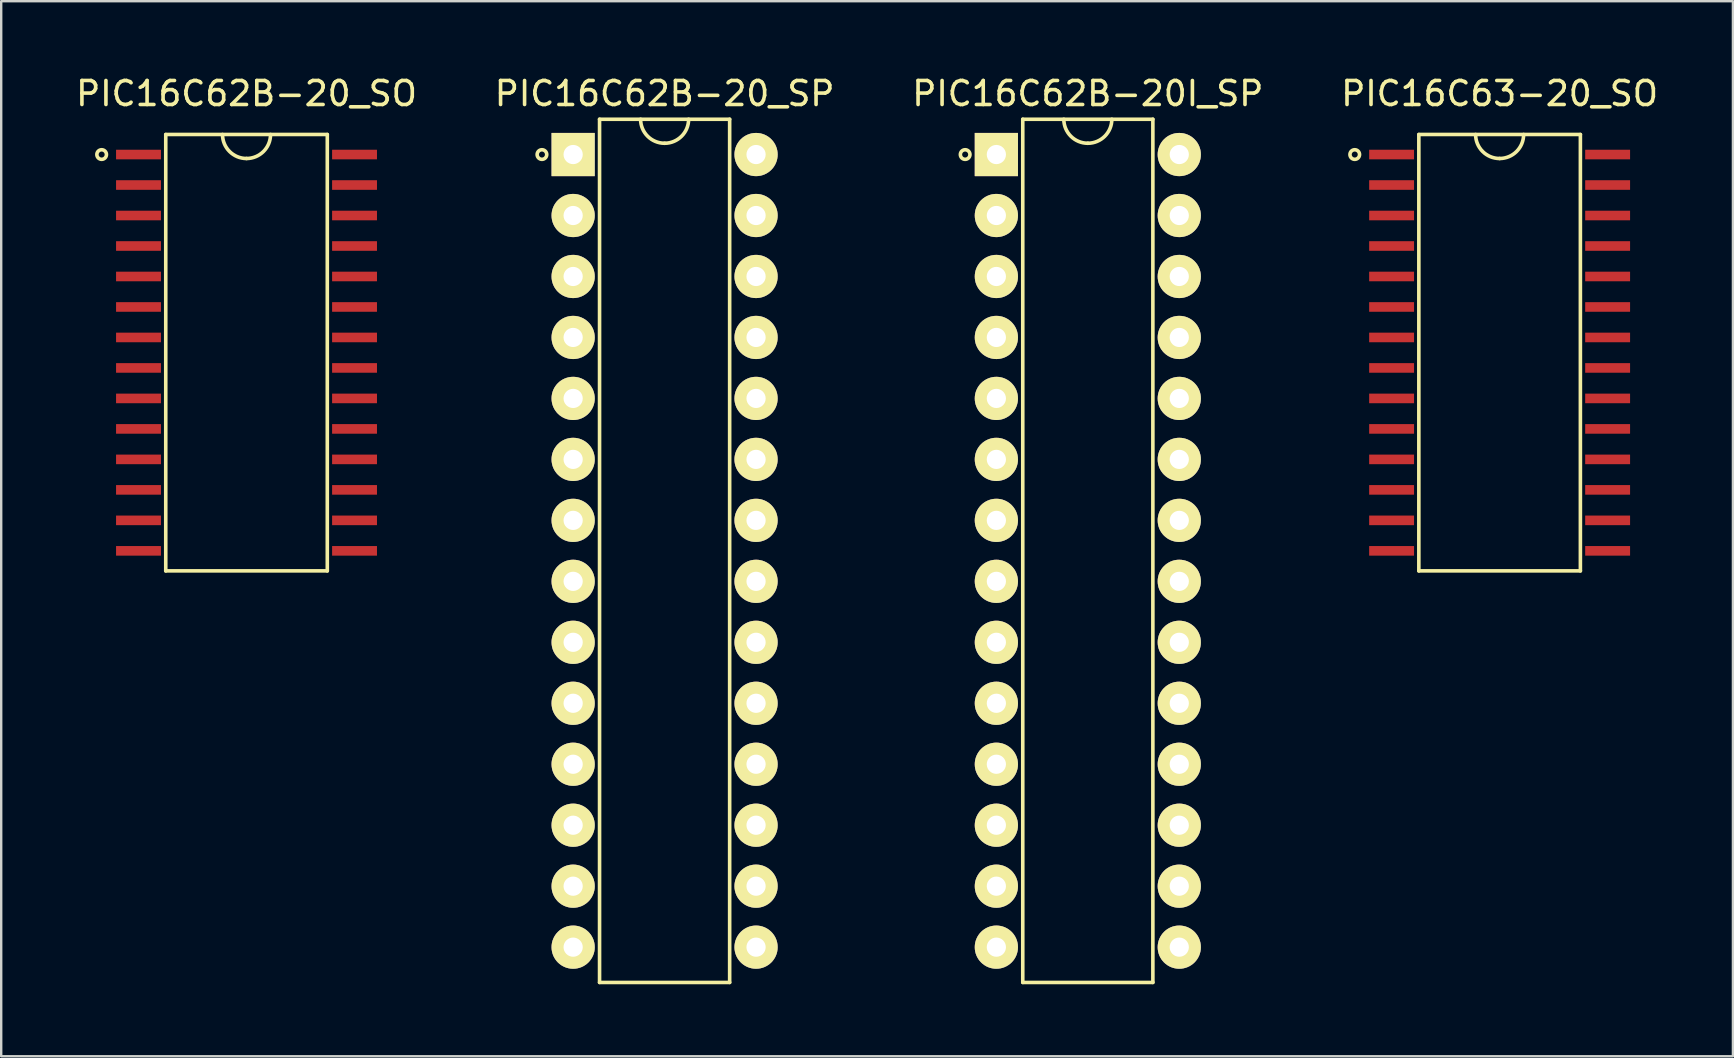
<source format=kicad_pcb>
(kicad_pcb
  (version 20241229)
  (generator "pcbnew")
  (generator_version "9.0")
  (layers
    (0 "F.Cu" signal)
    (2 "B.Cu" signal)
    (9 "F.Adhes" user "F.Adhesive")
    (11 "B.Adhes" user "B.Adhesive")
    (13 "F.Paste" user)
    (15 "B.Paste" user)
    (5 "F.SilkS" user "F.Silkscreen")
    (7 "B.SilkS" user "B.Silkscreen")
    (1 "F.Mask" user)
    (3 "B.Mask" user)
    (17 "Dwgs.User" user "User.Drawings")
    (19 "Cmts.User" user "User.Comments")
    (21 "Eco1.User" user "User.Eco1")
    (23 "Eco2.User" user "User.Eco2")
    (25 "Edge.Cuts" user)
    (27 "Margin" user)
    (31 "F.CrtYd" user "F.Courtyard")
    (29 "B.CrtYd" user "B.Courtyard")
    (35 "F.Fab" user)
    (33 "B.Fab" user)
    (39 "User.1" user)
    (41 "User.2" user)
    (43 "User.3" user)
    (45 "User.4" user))
  (footprint "PIC16C63-20_SO"
    (layer "F.Cu")
    (at 54.923 3.388)
    (property "Reference" "PIC16C63-20_SO" (at 4.5 -2.54 0) (layer "F.SilkS") (effects (font (size 1 1) (thickness 0.15))))
    (attr through_hole)
    (fp_line (start 1.135 -0.835) (end 7.865 -0.835) (stroke (width 0.15) (type solid)) (layer "F.SilkS"))
    (fp_line (start 1.135 17.345) (end 1.135 -0.835) (stroke (width 0.15) (type solid)) (layer "F.SilkS"))
    (fp_line (start 7.865 -0.835) (end 7.865 17.345) (stroke (width 0.15) (type solid)) (layer "F.SilkS"))
    (fp_line (start 7.865 17.345) (end 1.135 17.345) (stroke (width 0.15) (type solid)) (layer "F.SilkS"))
    (fp_arc (start 4.5 0.165) (mid 3.792893 -0.127893) (end 3.5 -0.835) (stroke (width 0.15) (type solid)) (layer "F.SilkS"))
    (fp_arc (start 5.5 -0.835) (mid 5.207107 -0.127893) (end 4.5 0.165) (stroke (width 0.15) (type solid)) (layer "F.SilkS"))
    (fp_circle (center -1.535 0) (end -1.535 0.2) (stroke (width 0.15) (type solid)) (fill no) (layer "F.SilkS"))
    (pad "1" smd rect (at 0 0) (size 1.87 0.4) (layers "F.Cu" "F.Mask" "F.Paste"))
    (pad "2" smd rect (at 0 1.27) (size 1.87 0.4) (layers "F.Cu" "F.Mask" "F.Paste"))
    (pad "3" smd rect (at 0 2.54) (size 1.87 0.4) (layers "F.Cu" "F.Mask" "F.Paste"))
    (pad "4" smd rect (at 0 3.81) (size 1.87 0.4) (layers "F.Cu" "F.Mask" "F.Paste"))
    (pad "5" smd rect (at 0 5.08) (size 1.87 0.4) (layers "F.Cu" "F.Mask" "F.Paste"))
    (pad "6" smd rect (at 0 6.35) (size 1.87 0.4) (layers "F.Cu" "F.Mask" "F.Paste"))
    (pad "7" smd rect (at 0 7.62) (size 1.87 0.4) (layers "F.Cu" "F.Mask" "F.Paste"))
    (pad "8" smd rect (at 0 8.89) (size 1.87 0.4) (layers "F.Cu" "F.Mask" "F.Paste"))
    (pad "9" smd rect (at 0 10.16) (size 1.87 0.4) (layers "F.Cu" "F.Mask" "F.Paste"))
    (pad "10" smd rect (at 0 11.43) (size 1.87 0.4) (layers "F.Cu" "F.Mask" "F.Paste"))
    (pad "11" smd rect (at 0 12.7) (size 1.87 0.4) (layers "F.Cu" "F.Mask" "F.Paste"))
    (pad "12" smd rect (at 0 13.97) (size 1.87 0.4) (layers "F.Cu" "F.Mask" "F.Paste"))
    (pad "13" smd rect (at 0 15.24) (size 1.87 0.4) (layers "F.Cu" "F.Mask" "F.Paste"))
    (pad "14" smd rect (at 0 16.51) (size 1.87 0.4) (layers "F.Cu" "F.Mask" "F.Paste"))
    (pad "15" smd rect (at 9 16.51) (size 1.87 0.4) (layers "F.Cu" "F.Mask" "F.Paste"))
    (pad "16" smd rect (at 9 15.24) (size 1.87 0.4) (layers "F.Cu" "F.Mask" "F.Paste"))
    (pad "17" smd rect (at 9 13.97) (size 1.87 0.4) (layers "F.Cu" "F.Mask" "F.Paste"))
    (pad "18" smd rect (at 9 12.7) (size 1.87 0.4) (layers "F.Cu" "F.Mask" "F.Paste"))
    (pad "19" smd rect (at 9 11.43) (size 1.87 0.4) (layers "F.Cu" "F.Mask" "F.Paste"))
    (pad "20" smd rect (at 9 10.16) (size 1.87 0.4) (layers "F.Cu" "F.Mask" "F.Paste"))
    (pad "21" smd rect (at 9 8.89) (size 1.87 0.4) (layers "F.Cu" "F.Mask" "F.Paste"))
    (pad "22" smd rect (at 9 7.62) (size 1.87 0.4) (layers "F.Cu" "F.Mask" "F.Paste"))
    (pad "23" smd rect (at 9 6.35) (size 1.87 0.4) (layers "F.Cu" "F.Mask" "F.Paste"))
    (pad "24" smd rect (at 9 5.08) (size 1.87 0.4) (layers "F.Cu" "F.Mask" "F.Paste"))
    (pad "25" smd rect (at 9 3.81) (size 1.87 0.4) (layers "F.Cu" "F.Mask" "F.Paste"))
    (pad "26" smd rect (at 9 2.54) (size 1.87 0.4) (layers "F.Cu" "F.Mask" "F.Paste"))
    (pad "27" smd rect (at 9 1.27) (size 1.87 0.4) (layers "F.Cu" "F.Mask" "F.Paste"))
    (pad "28" smd rect (at 9 0) (size 1.87 0.4) (layers "F.Cu" "F.Mask" "F.Paste")))
  (footprint "PIC16C62B-20I_SP"
    (layer "F.Cu")
    (at 38.458 3.388)
    (property "Reference" "PIC16C62B-20I_SP" (at 3.81 -2.54 0) (layer "F.SilkS") (effects (font (size 1 1) (thickness 0.15))))
    (attr through_hole)
    (fp_line (start 1.1 -1.47) (end 6.52 -1.47) (stroke (width 0.15) (type solid)) (layer "F.SilkS"))
    (fp_line (start 1.1 34.49) (end 1.1 -1.47) (stroke (width 0.15) (type solid)) (layer "F.SilkS"))
    (fp_line (start 6.52 -1.47) (end 6.52 34.49) (stroke (width 0.15) (type solid)) (layer "F.SilkS"))
    (fp_line (start 6.52 34.49) (end 1.1 34.49) (stroke (width 0.15) (type solid)) (layer "F.SilkS"))
    (fp_arc (start 3.81 -0.47) (mid 3.102893 -0.762893) (end 2.81 -1.47) (stroke (width 0.15) (type solid)) (layer "F.SilkS"))
    (fp_arc (start 4.81 -1.47) (mid 4.517107 -0.762893) (end 3.81 -0.47) (stroke (width 0.15) (type solid)) (layer "F.SilkS"))
    (fp_circle (center -1.3 0) (end -1.3 0.2) (stroke (width 0.15) (type solid)) (fill no) (layer "F.SilkS"))
    (pad "1" thru_hole rect (at 0 0) (size 1.8 1.8) (drill 0.8) (layers "*.Cu" "*.Mask" "F.SilkS"))
    (pad "2" thru_hole circle (at 0 2.54) (size 1.8 1.8) (drill 0.8) (layers "*.Cu" "*.Mask" "F.SilkS"))
    (pad "3" thru_hole circle (at 0 5.08) (size 1.8 1.8) (drill 0.8) (layers "*.Cu" "*.Mask" "F.SilkS"))
    (pad "4" thru_hole circle (at 0 7.62) (size 1.8 1.8) (drill 0.8) (layers "*.Cu" "*.Mask" "F.SilkS"))
    (pad "5" thru_hole circle (at 0 10.16) (size 1.8 1.8) (drill 0.8) (layers "*.Cu" "*.Mask" "F.SilkS"))
    (pad "6" thru_hole circle (at 0 12.7) (size 1.8 1.8) (drill 0.8) (layers "*.Cu" "*.Mask" "F.SilkS"))
    (pad "7" thru_hole circle (at 0 15.24) (size 1.8 1.8) (drill 0.8) (layers "*.Cu" "*.Mask" "F.SilkS"))
    (pad "8" thru_hole circle (at 0 17.78) (size 1.8 1.8) (drill 0.8) (layers "*.Cu" "*.Mask" "F.SilkS"))
    (pad "9" thru_hole circle (at 0 20.32) (size 1.8 1.8) (drill 0.8) (layers "*.Cu" "*.Mask" "F.SilkS"))
    (pad "10" thru_hole circle (at 0 22.86) (size 1.8 1.8) (drill 0.8) (layers "*.Cu" "*.Mask" "F.SilkS"))
    (pad "11" thru_hole circle (at 0 25.4) (size 1.8 1.8) (drill 0.8) (layers "*.Cu" "*.Mask" "F.SilkS"))
    (pad "12" thru_hole circle (at 0 27.94) (size 1.8 1.8) (drill 0.8) (layers "*.Cu" "*.Mask" "F.SilkS"))
    (pad "13" thru_hole circle (at 0 30.48) (size 1.8 1.8) (drill 0.8) (layers "*.Cu" "*.Mask" "F.SilkS"))
    (pad "14" thru_hole circle (at 0 33.02) (size 1.8 1.8) (drill 0.8) (layers "*.Cu" "*.Mask" "F.SilkS"))
    (pad "15" thru_hole circle (at 7.62 33.02) (size 1.8 1.8) (drill 0.8) (layers "*.Cu" "*.Mask" "F.SilkS"))
    (pad "16" thru_hole circle (at 7.62 30.48) (size 1.8 1.8) (drill 0.8) (layers "*.Cu" "*.Mask" "F.SilkS"))
    (pad "17" thru_hole circle (at 7.62 27.94) (size 1.8 1.8) (drill 0.8) (layers "*.Cu" "*.Mask" "F.SilkS"))
    (pad "18" thru_hole circle (at 7.62 25.4) (size 1.8 1.8) (drill 0.8) (layers "*.Cu" "*.Mask" "F.SilkS"))
    (pad "19" thru_hole circle (at 7.62 22.86) (size 1.8 1.8) (drill 0.8) (layers "*.Cu" "*.Mask" "F.SilkS"))
    (pad "20" thru_hole circle (at 7.62 20.32) (size 1.8 1.8) (drill 0.8) (layers "*.Cu" "*.Mask" "F.SilkS"))
    (pad "21" thru_hole circle (at 7.62 17.78) (size 1.8 1.8) (drill 0.8) (layers "*.Cu" "*.Mask" "F.SilkS"))
    (pad "22" thru_hole circle (at 7.62 15.24) (size 1.8 1.8) (drill 0.8) (layers "*.Cu" "*.Mask" "F.SilkS"))
    (pad "23" thru_hole circle (at 7.62 12.7) (size 1.8 1.8) (drill 0.8) (layers "*.Cu" "*.Mask" "F.SilkS"))
    (pad "24" thru_hole circle (at 7.62 10.16) (size 1.8 1.8) (drill 0.8) (layers "*.Cu" "*.Mask" "F.SilkS"))
    (pad "25" thru_hole circle (at 7.62 7.62) (size 1.8 1.8) (drill 0.8) (layers "*.Cu" "*.Mask" "F.SilkS"))
    (pad "26" thru_hole circle (at 7.62 5.08) (size 1.8 1.8) (drill 0.8) (layers "*.Cu" "*.Mask" "F.SilkS"))
    (pad "27" thru_hole circle (at 7.62 2.54) (size 1.8 1.8) (drill 0.8) (layers "*.Cu" "*.Mask" "F.SilkS"))
    (pad "28" thru_hole circle (at 7.62 0) (size 1.8 1.8) (drill 0.8) (layers "*.Cu" "*.Mask" "F.SilkS")))
  (footprint "PIC16C62B-20_SO"
    (layer "F.Cu")
    (at 2.72 3.388)
    (property "Reference" "PIC16C62B-20_SO" (at 4.5 -2.54 0) (layer "F.SilkS") (effects (font (size 1 1) (thickness 0.15))))
    (attr through_hole)
    (fp_line (start 1.135 -0.835) (end 7.865 -0.835) (stroke (width 0.15) (type solid)) (layer "F.SilkS"))
    (fp_line (start 1.135 17.345) (end 1.135 -0.835) (stroke (width 0.15) (type solid)) (layer "F.SilkS"))
    (fp_line (start 7.865 -0.835) (end 7.865 17.345) (stroke (width 0.15) (type solid)) (layer "F.SilkS"))
    (fp_line (start 7.865 17.345) (end 1.135 17.345) (stroke (width 0.15) (type solid)) (layer "F.SilkS"))
    (fp_arc (start 4.5 0.165) (mid 3.792893 -0.127893) (end 3.5 -0.835) (stroke (width 0.15) (type solid)) (layer "F.SilkS"))
    (fp_arc (start 5.5 -0.835) (mid 5.207107 -0.127893) (end 4.5 0.165) (stroke (width 0.15) (type solid)) (layer "F.SilkS"))
    (fp_circle (center -1.535 0) (end -1.535 0.2) (stroke (width 0.15) (type solid)) (fill no) (layer "F.SilkS"))
    (pad "1" smd rect (at 0 0) (size 1.87 0.4) (layers "F.Cu" "F.Mask" "F.Paste"))
    (pad "2" smd rect (at 0 1.27) (size 1.87 0.4) (layers "F.Cu" "F.Mask" "F.Paste"))
    (pad "3" smd rect (at 0 2.54) (size 1.87 0.4) (layers "F.Cu" "F.Mask" "F.Paste"))
    (pad "4" smd rect (at 0 3.81) (size 1.87 0.4) (layers "F.Cu" "F.Mask" "F.Paste"))
    (pad "5" smd rect (at 0 5.08) (size 1.87 0.4) (layers "F.Cu" "F.Mask" "F.Paste"))
    (pad "6" smd rect (at 0 6.35) (size 1.87 0.4) (layers "F.Cu" "F.Mask" "F.Paste"))
    (pad "7" smd rect (at 0 7.62) (size 1.87 0.4) (layers "F.Cu" "F.Mask" "F.Paste"))
    (pad "8" smd rect (at 0 8.89) (size 1.87 0.4) (layers "F.Cu" "F.Mask" "F.Paste"))
    (pad "9" smd rect (at 0 10.16) (size 1.87 0.4) (layers "F.Cu" "F.Mask" "F.Paste"))
    (pad "10" smd rect (at 0 11.43) (size 1.87 0.4) (layers "F.Cu" "F.Mask" "F.Paste"))
    (pad "11" smd rect (at 0 12.7) (size 1.87 0.4) (layers "F.Cu" "F.Mask" "F.Paste"))
    (pad "12" smd rect (at 0 13.97) (size 1.87 0.4) (layers "F.Cu" "F.Mask" "F.Paste"))
    (pad "13" smd rect (at 0 15.24) (size 1.87 0.4) (layers "F.Cu" "F.Mask" "F.Paste"))
    (pad "14" smd rect (at 0 16.51) (size 1.87 0.4) (layers "F.Cu" "F.Mask" "F.Paste"))
    (pad "15" smd rect (at 9 16.51) (size 1.87 0.4) (layers "F.Cu" "F.Mask" "F.Paste"))
    (pad "16" smd rect (at 9 15.24) (size 1.87 0.4) (layers "F.Cu" "F.Mask" "F.Paste"))
    (pad "17" smd rect (at 9 13.97) (size 1.87 0.4) (layers "F.Cu" "F.Mask" "F.Paste"))
    (pad "18" smd rect (at 9 12.7) (size 1.87 0.4) (layers "F.Cu" "F.Mask" "F.Paste"))
    (pad "19" smd rect (at 9 11.43) (size 1.87 0.4) (layers "F.Cu" "F.Mask" "F.Paste"))
    (pad "20" smd rect (at 9 10.16) (size 1.87 0.4) (layers "F.Cu" "F.Mask" "F.Paste"))
    (pad "21" smd rect (at 9 8.89) (size 1.87 0.4) (layers "F.Cu" "F.Mask" "F.Paste"))
    (pad "22" smd rect (at 9 7.62) (size 1.87 0.4) (layers "F.Cu" "F.Mask" "F.Paste"))
    (pad "23" smd rect (at 9 6.35) (size 1.87 0.4) (layers "F.Cu" "F.Mask" "F.Paste"))
    (pad "24" smd rect (at 9 5.08) (size 1.87 0.4) (layers "F.Cu" "F.Mask" "F.Paste"))
    (pad "25" smd rect (at 9 3.81) (size 1.87 0.4) (layers "F.Cu" "F.Mask" "F.Paste"))
    (pad "26" smd rect (at 9 2.54) (size 1.87 0.4) (layers "F.Cu" "F.Mask" "F.Paste"))
    (pad "27" smd rect (at 9 1.27) (size 1.87 0.4) (layers "F.Cu" "F.Mask" "F.Paste"))
    (pad "28" smd rect (at 9 0) (size 1.87 0.4) (layers "F.Cu" "F.Mask" "F.Paste")))
  (footprint "PIC16C62B-20_SP"
    (layer "F.Cu")
    (at 20.827 3.388)
    (property "Reference" "PIC16C62B-20_SP" (at 3.81 -2.54 0) (layer "F.SilkS") (effects (font (size 1 1) (thickness 0.15))))
    (attr through_hole)
    (fp_line (start 1.1 -1.47) (end 6.52 -1.47) (stroke (width 0.15) (type solid)) (layer "F.SilkS"))
    (fp_line (start 1.1 34.49) (end 1.1 -1.47) (stroke (width 0.15) (type solid)) (layer "F.SilkS"))
    (fp_line (start 6.52 -1.47) (end 6.52 34.49) (stroke (width 0.15) (type solid)) (layer "F.SilkS"))
    (fp_line (start 6.52 34.49) (end 1.1 34.49) (stroke (width 0.15) (type solid)) (layer "F.SilkS"))
    (fp_arc (start 3.81 -0.47) (mid 3.102893 -0.762893) (end 2.81 -1.47) (stroke (width 0.15) (type solid)) (layer "F.SilkS"))
    (fp_arc (start 4.81 -1.47) (mid 4.517107 -0.762893) (end 3.81 -0.47) (stroke (width 0.15) (type solid)) (layer "F.SilkS"))
    (fp_circle (center -1.3 0) (end -1.3 0.2) (stroke (width 0.15) (type solid)) (fill no) (layer "F.SilkS"))
    (pad "1" thru_hole rect (at 0 0) (size 1.8 1.8) (drill 0.8) (layers "*.Cu" "*.Mask" "F.SilkS"))
    (pad "2" thru_hole circle (at 0 2.54) (size 1.8 1.8) (drill 0.8) (layers "*.Cu" "*.Mask" "F.SilkS"))
    (pad "3" thru_hole circle (at 0 5.08) (size 1.8 1.8) (drill 0.8) (layers "*.Cu" "*.Mask" "F.SilkS"))
    (pad "4" thru_hole circle (at 0 7.62) (size 1.8 1.8) (drill 0.8) (layers "*.Cu" "*.Mask" "F.SilkS"))
    (pad "5" thru_hole circle (at 0 10.16) (size 1.8 1.8) (drill 0.8) (layers "*.Cu" "*.Mask" "F.SilkS"))
    (pad "6" thru_hole circle (at 0 12.7) (size 1.8 1.8) (drill 0.8) (layers "*.Cu" "*.Mask" "F.SilkS"))
    (pad "7" thru_hole circle (at 0 15.24) (size 1.8 1.8) (drill 0.8) (layers "*.Cu" "*.Mask" "F.SilkS"))
    (pad "8" thru_hole circle (at 0 17.78) (size 1.8 1.8) (drill 0.8) (layers "*.Cu" "*.Mask" "F.SilkS"))
    (pad "9" thru_hole circle (at 0 20.32) (size 1.8 1.8) (drill 0.8) (layers "*.Cu" "*.Mask" "F.SilkS"))
    (pad "10" thru_hole circle (at 0 22.86) (size 1.8 1.8) (drill 0.8) (layers "*.Cu" "*.Mask" "F.SilkS"))
    (pad "11" thru_hole circle (at 0 25.4) (size 1.8 1.8) (drill 0.8) (layers "*.Cu" "*.Mask" "F.SilkS"))
    (pad "12" thru_hole circle (at 0 27.94) (size 1.8 1.8) (drill 0.8) (layers "*.Cu" "*.Mask" "F.SilkS"))
    (pad "13" thru_hole circle (at 0 30.48) (size 1.8 1.8) (drill 0.8) (layers "*.Cu" "*.Mask" "F.SilkS"))
    (pad "14" thru_hole circle (at 0 33.02) (size 1.8 1.8) (drill 0.8) (layers "*.Cu" "*.Mask" "F.SilkS"))
    (pad "15" thru_hole circle (at 7.62 33.02) (size 1.8 1.8) (drill 0.8) (layers "*.Cu" "*.Mask" "F.SilkS"))
    (pad "16" thru_hole circle (at 7.62 30.48) (size 1.8 1.8) (drill 0.8) (layers "*.Cu" "*.Mask" "F.SilkS"))
    (pad "17" thru_hole circle (at 7.62 27.94) (size 1.8 1.8) (drill 0.8) (layers "*.Cu" "*.Mask" "F.SilkS"))
    (pad "18" thru_hole circle (at 7.62 25.4) (size 1.8 1.8) (drill 0.8) (layers "*.Cu" "*.Mask" "F.SilkS"))
    (pad "19" thru_hole circle (at 7.62 22.86) (size 1.8 1.8) (drill 0.8) (layers "*.Cu" "*.Mask" "F.SilkS"))
    (pad "20" thru_hole circle (at 7.62 20.32) (size 1.8 1.8) (drill 0.8) (layers "*.Cu" "*.Mask" "F.SilkS"))
    (pad "21" thru_hole circle (at 7.62 17.78) (size 1.8 1.8) (drill 0.8) (layers "*.Cu" "*.Mask" "F.SilkS"))
    (pad "22" thru_hole circle (at 7.62 15.24) (size 1.8 1.8) (drill 0.8) (layers "*.Cu" "*.Mask" "F.SilkS"))
    (pad "23" thru_hole circle (at 7.62 12.7) (size 1.8 1.8) (drill 0.8) (layers "*.Cu" "*.Mask" "F.SilkS"))
    (pad "24" thru_hole circle (at 7.62 10.16) (size 1.8 1.8) (drill 0.8) (layers "*.Cu" "*.Mask" "F.SilkS"))
    (pad "25" thru_hole circle (at 7.62 7.62) (size 1.8 1.8) (drill 0.8) (layers "*.Cu" "*.Mask" "F.SilkS"))
    (pad "26" thru_hole circle (at 7.62 5.08) (size 1.8 1.8) (drill 0.8) (layers "*.Cu" "*.Mask" "F.SilkS"))
    (pad "27" thru_hole circle (at 7.62 2.54) (size 1.8 1.8) (drill 0.8) (layers "*.Cu" "*.Mask" "F.SilkS"))
    (pad "28" thru_hole circle (at 7.62 0) (size 1.8 1.8) (drill 0.8) (layers "*.Cu" "*.Mask" "F.SilkS")))
  (gr_rect
    (start -3 -3)
    (end 69.143 40.953)
    (stroke (width 0.1) (type default))
    (fill no)
    (layer "Edge.Cuts")))
</source>
